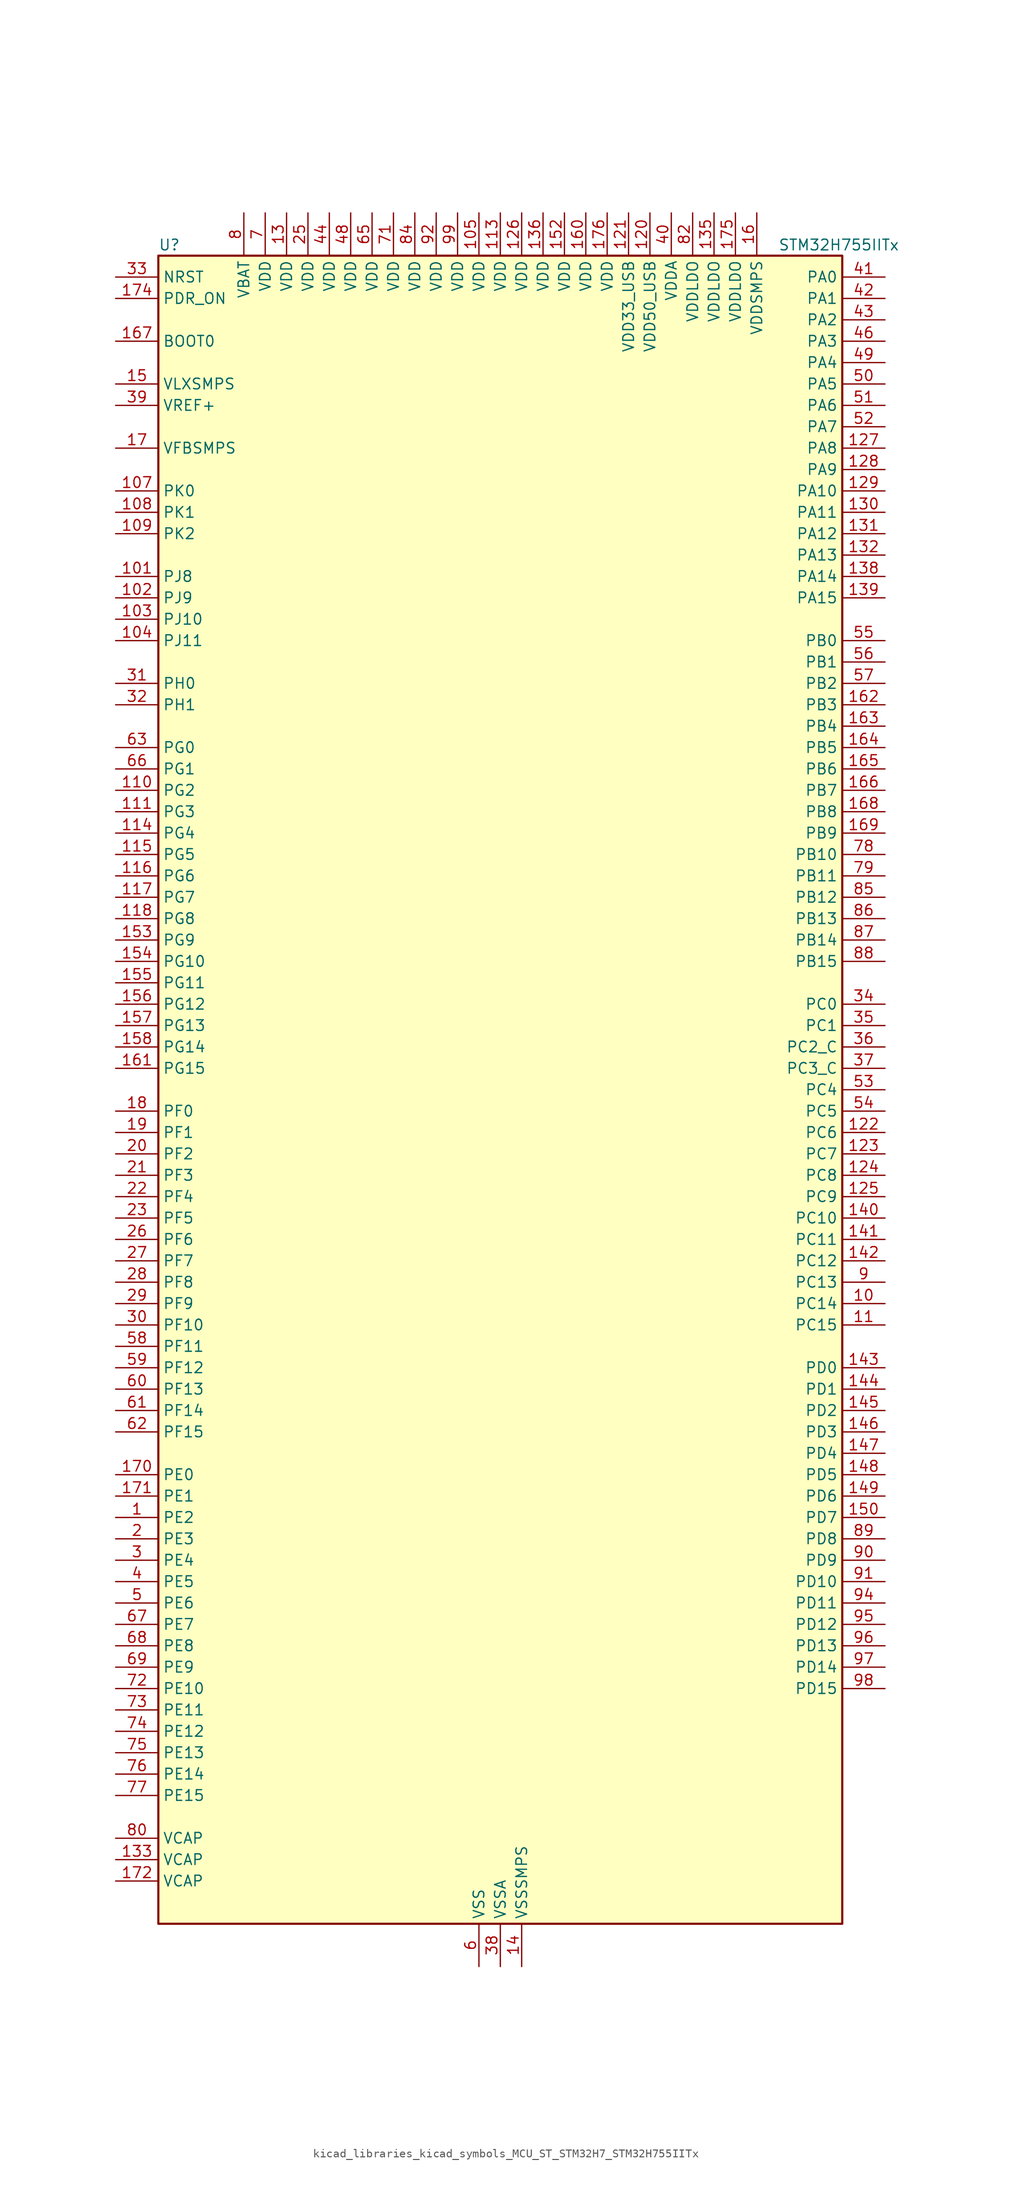
<source format=kicad_sym>
(kicad_symbol_lib
  (version 20220914)
  (generator kicad_symbol_editor)
  (symbol "kicad_libraries_kicad_symbols_MCU_ST_STM32H7_STM32H755IITx"
    (property "Reference" "U"
      (at -40.64 100.33 0)
      (effects (font (size 1.27 1.27)) (justify left)))
    (property "Value" "STM32H755IITx"
      (at 33.02 100.33 0)
      (effects (font (size 1.27 1.27)) (justify left)))
    (property "ki_locked" ""
      (at 0 0 0)
      (effects (font (size 1.27 1.27))))
    (symbol "kicad_libraries_kicad_symbols_MCU_ST_STM32H7_STM32H755IITx_0_1"
      (rectangle (start -40.64 -99.06) (end 40.64 99.06) (stroke (width 0.254) (type default)) (fill (type background))))
    (symbol "kicad_libraries_kicad_symbols_MCU_ST_STM32H7_STM32H755IITx_1_1"
      (pin bidirectional line (at -45.72 -50.8 0) (length 5.08) (name "PE2" (effects (font (size 1.27 1.27)))) (number "1" (effects (font (size 1.27 1.27)))) (alternate "DEBUG_TRACECLK" bidirectional line) (alternate "ETH_TXD3" bidirectional line) (alternate "FMC_A23" bidirectional line) (alternate "QUADSPI_BK1_IO2" bidirectional line) (alternate "SAI1_CK1" bidirectional line) (alternate "SAI1_MCLK_A" bidirectional line) (alternate "SAI4_CK1" bidirectional line) (alternate "SAI4_MCLK_A" bidirectional line) (alternate "SPI4_SCK" bidirectional line))
      (pin bidirectional line (at 45.72 -25.4 180) (length 5.08) (name "PC14" (effects (font (size 1.27 1.27)))) (number "10" (effects (font (size 1.27 1.27)))) (alternate "RCC_OSC32_IN" bidirectional line))
      (pin passive line (at -2.54 -104.14 90) (length 5.08) hide (name "VSS" (effects (font (size 1.27 1.27)))) (number "100" (effects (font (size 1.27 1.27)))))
      (pin bidirectional line (at -45.72 60.96 0) (length 5.08) (name "PJ8" (effects (font (size 1.27 1.27)))) (number "101" (effects (font (size 1.27 1.27)))) (alternate "LTDC_G1" bidirectional line) (alternate "TIM1_CH3N" bidirectional line) (alternate "TIM8_CH1" bidirectional line) (alternate "UART8_TX" bidirectional line))
      (pin bidirectional line (at -45.72 58.42 0) (length 5.08) (name "PJ9" (effects (font (size 1.27 1.27)))) (number "102" (effects (font (size 1.27 1.27)))) (alternate "DAC1_EXTI9" bidirectional line) (alternate "LTDC_G2" bidirectional line) (alternate "TIM1_CH3" bidirectional line) (alternate "TIM8_CH1N" bidirectional line) (alternate "UART8_RX" bidirectional line))
      (pin bidirectional line (at -45.72 55.88 0) (length 5.08) (name "PJ10" (effects (font (size 1.27 1.27)))) (number "103" (effects (font (size 1.27 1.27)))) (alternate "LTDC_G3" bidirectional line) (alternate "SPI5_MOSI" bidirectional line) (alternate "TIM1_CH2N" bidirectional line) (alternate "TIM8_CH2" bidirectional line))
      (pin bidirectional line (at -45.72 53.34 0) (length 5.08) (name "PJ11" (effects (font (size 1.27 1.27)))) (number "104" (effects (font (size 1.27 1.27)))) (alternate "ADC1_EXTI11" bidirectional line) (alternate "ADC2_EXTI11" bidirectional line) (alternate "ADC3_EXTI11" bidirectional line) (alternate "LTDC_G4" bidirectional line) (alternate "SPI5_MISO" bidirectional line) (alternate "TIM1_CH2" bidirectional line) (alternate "TIM8_CH2N" bidirectional line))
      (pin power_in line (at -2.54 104.14 270) (length 5.08) (name "VDD" (effects (font (size 1.27 1.27)))) (number "105" (effects (font (size 1.27 1.27)))))
      (pin passive line (at -2.54 -104.14 90) (length 5.08) hide (name "VSS" (effects (font (size 1.27 1.27)))) (number "106" (effects (font (size 1.27 1.27)))))
      (pin bidirectional line (at -45.72 71.12 0) (length 5.08) (name "PK0" (effects (font (size 1.27 1.27)))) (number "107" (effects (font (size 1.27 1.27)))) (alternate "LTDC_G5" bidirectional line) (alternate "SPI5_SCK" bidirectional line) (alternate "TIM1_CH1N" bidirectional line) (alternate "TIM8_CH3" bidirectional line))
      (pin bidirectional line (at -45.72 68.58 0) (length 5.08) (name "PK1" (effects (font (size 1.27 1.27)))) (number "108" (effects (font (size 1.27 1.27)))) (alternate "LTDC_G6" bidirectional line) (alternate "SPI5_NSS" bidirectional line) (alternate "TIM1_CH1" bidirectional line) (alternate "TIM8_CH3N" bidirectional line))
      (pin bidirectional line (at -45.72 66.04 0) (length 5.08) (name "PK2" (effects (font (size 1.27 1.27)))) (number "109" (effects (font (size 1.27 1.27)))) (alternate "LTDC_G7" bidirectional line) (alternate "TIM1_BKIN" bidirectional line) (alternate "TIM1_BKIN_COMP1" bidirectional line) (alternate "TIM1_BKIN_COMP2" bidirectional line) (alternate "TIM8_BKIN" bidirectional line) (alternate "TIM8_BKIN_COMP1" bidirectional line) (alternate "TIM8_BKIN_COMP2" bidirectional line))
      (pin bidirectional line (at 45.72 -27.94 180) (length 5.08) (name "PC15" (effects (font (size 1.27 1.27)))) (number "11" (effects (font (size 1.27 1.27)))) (alternate "ADC1_EXTI15" bidirectional line) (alternate "ADC2_EXTI15" bidirectional line) (alternate "ADC3_EXTI15" bidirectional line) (alternate "RCC_OSC32_OUT" bidirectional line))
      (pin bidirectional line (at -45.72 35.56 0) (length 5.08) (name "PG2" (effects (font (size 1.27 1.27)))) (number "110" (effects (font (size 1.27 1.27)))) (alternate "FMC_A12" bidirectional line) (alternate "TIM8_BKIN" bidirectional line) (alternate "TIM8_BKIN_COMP1" bidirectional line) (alternate "TIM8_BKIN_COMP2" bidirectional line))
      (pin bidirectional line (at -45.72 33.02 0) (length 5.08) (name "PG3" (effects (font (size 1.27 1.27)))) (number "111" (effects (font (size 1.27 1.27)))) (alternate "FMC_A13" bidirectional line) (alternate "TIM8_BKIN2" bidirectional line) (alternate "TIM8_BKIN2_COMP1" bidirectional line) (alternate "TIM8_BKIN2_COMP2" bidirectional line))
      (pin passive line (at -2.54 -104.14 90) (length 5.08) hide (name "VSS" (effects (font (size 1.27 1.27)))) (number "112" (effects (font (size 1.27 1.27)))))
      (pin power_in line (at 0 104.14 270) (length 5.08) (name "VDD" (effects (font (size 1.27 1.27)))) (number "113" (effects (font (size 1.27 1.27)))))
      (pin bidirectional line (at -45.72 30.48 0) (length 5.08) (name "PG4" (effects (font (size 1.27 1.27)))) (number "114" (effects (font (size 1.27 1.27)))) (alternate "FMC_A14" bidirectional line) (alternate "FMC_BA0" bidirectional line) (alternate "TIM1_BKIN2" bidirectional line) (alternate "TIM1_BKIN2_COMP1" bidirectional line) (alternate "TIM1_BKIN2_COMP2" bidirectional line))
      (pin bidirectional line (at -45.72 27.94 0) (length 5.08) (name "PG5" (effects (font (size 1.27 1.27)))) (number "115" (effects (font (size 1.27 1.27)))) (alternate "FMC_A15" bidirectional line) (alternate "FMC_BA1" bidirectional line) (alternate "TIM1_ETR" bidirectional line))
      (pin bidirectional line (at -45.72 25.4 0) (length 5.08) (name "PG6" (effects (font (size 1.27 1.27)))) (number "116" (effects (font (size 1.27 1.27)))) (alternate "DCMI_D12" bidirectional line) (alternate "FMC_NE3" bidirectional line) (alternate "HRTIM_CHE1" bidirectional line) (alternate "LTDC_R7" bidirectional line) (alternate "QUADSPI_BK1_NCS" bidirectional line) (alternate "TIM17_BKIN" bidirectional line))
      (pin bidirectional line (at -45.72 22.86 0) (length 5.08) (name "PG7" (effects (font (size 1.27 1.27)))) (number "117" (effects (font (size 1.27 1.27)))) (alternate "DCMI_D13" bidirectional line) (alternate "FMC_INT" bidirectional line) (alternate "HRTIM_CHE2" bidirectional line) (alternate "LTDC_CLK" bidirectional line) (alternate "SAI1_MCLK_A" bidirectional line) (alternate "USART6_CK" bidirectional line))
      (pin bidirectional line (at -45.72 20.32 0) (length 5.08) (name "PG8" (effects (font (size 1.27 1.27)))) (number "118" (effects (font (size 1.27 1.27)))) (alternate "ETH_PPS_OUT" bidirectional line) (alternate "FMC_SDCLK" bidirectional line) (alternate "LTDC_G7" bidirectional line) (alternate "SPDIFRX1_IN2" bidirectional line) (alternate "SPI6_NSS" bidirectional line) (alternate "TIM8_ETR" bidirectional line) (alternate "USART6_DE" bidirectional line) (alternate "USART6_RTS" bidirectional line))
      (pin passive line (at -2.54 -104.14 90) (length 5.08) hide (name "VSS" (effects (font (size 1.27 1.27)))) (number "119" (effects (font (size 1.27 1.27)))))
      (pin passive line (at -2.54 -104.14 90) (length 5.08) hide (name "VSS" (effects (font (size 1.27 1.27)))) (number "12" (effects (font (size 1.27 1.27)))))
      (pin power_in line (at 17.78 104.14 270) (length 5.08) (name "VDD50_USB" (effects (font (size 1.27 1.27)))) (number "120" (effects (font (size 1.27 1.27)))))
      (pin power_in line (at 15.24 104.14 270) (length 5.08) (name "VDD33_USB" (effects (font (size 1.27 1.27)))) (number "121" (effects (font (size 1.27 1.27)))))
      (pin bidirectional line (at 45.72 -5.08 180) (length 5.08) (name "PC6" (effects (font (size 1.27 1.27)))) (number "122" (effects (font (size 1.27 1.27)))) (alternate "DCMI_D0" bidirectional line) (alternate "DFSDM1_CKIN3" bidirectional line) (alternate "FMC_NWAIT" bidirectional line) (alternate "HRTIM_CHA1" bidirectional line) (alternate "I2S2_MCK" bidirectional line) (alternate "LTDC_HSYNC" bidirectional line) (alternate "SDMMC1_D0DIR" bidirectional line) (alternate "SDMMC1_D6" bidirectional line) (alternate "SDMMC2_D6" bidirectional line) (alternate "SWPMI1_IO" bidirectional line) (alternate "TIM3_CH1" bidirectional line) (alternate "TIM8_CH1" bidirectional line) (alternate "USART6_TX" bidirectional line))
      (pin bidirectional line (at 45.72 -7.62 180) (length 5.08) (name "PC7" (effects (font (size 1.27 1.27)))) (number "123" (effects (font (size 1.27 1.27)))) (alternate "DCMI_D1" bidirectional line) (alternate "DEBUG_TRGIO" bidirectional line) (alternate "DFSDM1_DATIN3" bidirectional line) (alternate "FMC_NE1" bidirectional line) (alternate "HRTIM_CHA2" bidirectional line) (alternate "I2S3_MCK" bidirectional line) (alternate "LTDC_G6" bidirectional line) (alternate "SDMMC1_D123DIR" bidirectional line) (alternate "SDMMC1_D7" bidirectional line) (alternate "SDMMC2_D7" bidirectional line) (alternate "SWPMI1_TX" bidirectional line) (alternate "TIM3_CH2" bidirectional line) (alternate "TIM8_CH2" bidirectional line) (alternate "USART6_RX" bidirectional line))
      (pin bidirectional line (at 45.72 -10.16 180) (length 5.08) (name "PC8" (effects (font (size 1.27 1.27)))) (number "124" (effects (font (size 1.27 1.27)))) (alternate "DCMI_D2" bidirectional line) (alternate "DEBUG_TRACED1" bidirectional line) (alternate "FMC_NCE" bidirectional line) (alternate "FMC_NE2" bidirectional line) (alternate "HRTIM_CHB1" bidirectional line) (alternate "SDMMC1_D0" bidirectional line) (alternate "SWPMI1_RX" bidirectional line) (alternate "TIM3_CH3" bidirectional line) (alternate "TIM8_CH3" bidirectional line) (alternate "UART5_DE" bidirectional line) (alternate "UART5_RTS" bidirectional line) (alternate "USART6_CK" bidirectional line))
      (pin bidirectional line (at 45.72 -12.7 180) (length 5.08) (name "PC9" (effects (font (size 1.27 1.27)))) (number "125" (effects (font (size 1.27 1.27)))) (alternate "DAC1_EXTI9" bidirectional line) (alternate "DCMI_D3" bidirectional line) (alternate "I2C3_SDA" bidirectional line) (alternate "I2S_CKIN" bidirectional line) (alternate "LTDC_B2" bidirectional line) (alternate "LTDC_G3" bidirectional line) (alternate "QUADSPI_BK1_IO0" bidirectional line) (alternate "RCC_MCO_2" bidirectional line) (alternate "SDMMC1_D1" bidirectional line) (alternate "SWPMI1_SUSPEND" bidirectional line) (alternate "TIM3_CH4" bidirectional line) (alternate "TIM8_CH4" bidirectional line) (alternate "UART5_CTS" bidirectional line))
      (pin power_in line (at 2.54 104.14 270) (length 5.08) (name "VDD" (effects (font (size 1.27 1.27)))) (number "126" (effects (font (size 1.27 1.27)))))
      (pin bidirectional line (at 45.72 76.2 180) (length 5.08) (name "PA8" (effects (font (size 1.27 1.27)))) (number "127" (effects (font (size 1.27 1.27)))) (alternate "HRTIM_CHB2" bidirectional line) (alternate "I2C3_SCL" bidirectional line) (alternate "LTDC_B3" bidirectional line) (alternate "LTDC_R6" bidirectional line) (alternate "RCC_MCO_1" bidirectional line) (alternate "TIM1_CH1" bidirectional line) (alternate "TIM8_BKIN2" bidirectional line) (alternate "TIM8_BKIN2_COMP1" bidirectional line) (alternate "TIM8_BKIN2_COMP2" bidirectional line) (alternate "UART7_RX" bidirectional line) (alternate "USART1_CK" bidirectional line) (alternate "USB_OTG_FS_SOF" bidirectional line))
      (pin bidirectional line (at 45.72 73.66 180) (length 5.08) (name "PA9" (effects (font (size 1.27 1.27)))) (number "128" (effects (font (size 1.27 1.27)))) (alternate "DAC1_EXTI9" bidirectional line) (alternate "DCMI_D0" bidirectional line) (alternate "HRTIM_CHC1" bidirectional line) (alternate "I2C3_SMBA" bidirectional line) (alternate "I2S2_CK" bidirectional line) (alternate "LPUART1_TX" bidirectional line) (alternate "LTDC_R5" bidirectional line) (alternate "SPI2_SCK" bidirectional line) (alternate "TIM1_CH2" bidirectional line) (alternate "USART1_TX" bidirectional line) (alternate "USB_OTG_FS_VBUS" bidirectional line))
      (pin bidirectional line (at 45.72 71.12 180) (length 5.08) (name "PA10" (effects (font (size 1.27 1.27)))) (number "129" (effects (font (size 1.27 1.27)))) (alternate "DCMI_D1" bidirectional line) (alternate "HRTIM_CHC2" bidirectional line) (alternate "LPUART1_RX" bidirectional line) (alternate "LTDC_B1" bidirectional line) (alternate "LTDC_B4" bidirectional line) (alternate "MDIOS_MDIO" bidirectional line) (alternate "TIM1_CH3" bidirectional line) (alternate "USART1_RX" bidirectional line) (alternate "USB_OTG_FS_ID" bidirectional line))
      (pin power_in line (at -25.4 104.14 270) (length 5.08) (name "VDD" (effects (font (size 1.27 1.27)))) (number "13" (effects (font (size 1.27 1.27)))))
      (pin bidirectional line (at 45.72 68.58 180) (length 5.08) (name "PA11" (effects (font (size 1.27 1.27)))) (number "130" (effects (font (size 1.27 1.27)))) (alternate "ADC1_EXTI11" bidirectional line) (alternate "ADC2_EXTI11" bidirectional line) (alternate "ADC3_EXTI11" bidirectional line) (alternate "FDCAN1_RX" bidirectional line) (alternate "HRTIM_CHD1" bidirectional line) (alternate "I2S2_WS" bidirectional line) (alternate "LPUART1_CTS" bidirectional line) (alternate "LTDC_R4" bidirectional line) (alternate "SPI2_NSS" bidirectional line) (alternate "TIM1_CH4" bidirectional line) (alternate "UART4_RX" bidirectional line) (alternate "USART1_CTS" bidirectional line) (alternate "USART1_NSS" bidirectional line) (alternate "USB_OTG_FS_DM" bidirectional line))
      (pin bidirectional line (at 45.72 66.04 180) (length 5.08) (name "PA12" (effects (font (size 1.27 1.27)))) (number "131" (effects (font (size 1.27 1.27)))) (alternate "FDCAN1_TX" bidirectional line) (alternate "HRTIM_CHD2" bidirectional line) (alternate "I2S2_CK" bidirectional line) (alternate "LPUART1_DE" bidirectional line) (alternate "LPUART1_RTS" bidirectional line) (alternate "LTDC_R5" bidirectional line) (alternate "SAI2_FS_B" bidirectional line) (alternate "SPI2_SCK" bidirectional line) (alternate "TIM1_ETR" bidirectional line) (alternate "UART4_TX" bidirectional line) (alternate "USART1_DE" bidirectional line) (alternate "USART1_RTS" bidirectional line) (alternate "USB_OTG_FS_DP" bidirectional line))
      (pin bidirectional line (at 45.72 63.5 180) (length 5.08) (name "PA13" (effects (font (size 1.27 1.27)))) (number "132" (effects (font (size 1.27 1.27)))) (alternate "DEBUG_JTMS-SWDIO" bidirectional line))
      (pin power_out line (at -45.72 -91.44 0) (length 5.08) (name "VCAP" (effects (font (size 1.27 1.27)))) (number "133" (effects (font (size 1.27 1.27)))))
      (pin passive line (at -2.54 -104.14 90) (length 5.08) hide (name "VSS" (effects (font (size 1.27 1.27)))) (number "134" (effects (font (size 1.27 1.27)))))
      (pin power_in line (at 25.4 104.14 270) (length 5.08) (name "VDDLDO" (effects (font (size 1.27 1.27)))) (number "135" (effects (font (size 1.27 1.27)))))
      (pin power_in line (at 5.08 104.14 270) (length 5.08) (name "VDD" (effects (font (size 1.27 1.27)))) (number "136" (effects (font (size 1.27 1.27)))))
      (pin passive line (at -2.54 -104.14 90) (length 5.08) hide (name "VSS" (effects (font (size 1.27 1.27)))) (number "137" (effects (font (size 1.27 1.27)))))
      (pin bidirectional line (at 45.72 60.96 180) (length 5.08) (name "PA14" (effects (font (size 1.27 1.27)))) (number "138" (effects (font (size 1.27 1.27)))) (alternate "DEBUG_JTCK-SWCLK" bidirectional line))
      (pin bidirectional line (at 45.72 58.42 180) (length 5.08) (name "PA15" (effects (font (size 1.27 1.27)))) (number "139" (effects (font (size 1.27 1.27)))) (alternate "ADC1_EXTI15" bidirectional line) (alternate "ADC2_EXTI15" bidirectional line) (alternate "ADC3_EXTI15" bidirectional line) (alternate "CEC" bidirectional line) (alternate "DEBUG_JTDI" bidirectional line) (alternate "HRTIM_FLT1" bidirectional line) (alternate "I2S1_WS" bidirectional line) (alternate "I2S3_WS" bidirectional line) (alternate "SPI1_NSS" bidirectional line) (alternate "SPI3_NSS" bidirectional line) (alternate "SPI6_NSS" bidirectional line) (alternate "TIM2_CH1" bidirectional line) (alternate "TIM2_ETR" bidirectional line) (alternate "UART4_DE" bidirectional line) (alternate "UART4_RTS" bidirectional line) (alternate "UART7_TX" bidirectional line))
      (pin power_in line (at 2.54 -104.14 90) (length 5.08) (name "VSSSMPS" (effects (font (size 1.27 1.27)))) (number "14" (effects (font (size 1.27 1.27)))))
      (pin bidirectional line (at 45.72 -15.24 180) (length 5.08) (name "PC10" (effects (font (size 1.27 1.27)))) (number "140" (effects (font (size 1.27 1.27)))) (alternate "DCMI_D8" bidirectional line) (alternate "DFSDM1_CKIN5" bidirectional line) (alternate "HRTIM_EEV1" bidirectional line) (alternate "I2S3_CK" bidirectional line) (alternate "LTDC_R2" bidirectional line) (alternate "QUADSPI_BK1_IO1" bidirectional line) (alternate "SDMMC1_D2" bidirectional line) (alternate "SPI3_SCK" bidirectional line) (alternate "UART4_TX" bidirectional line) (alternate "USART3_TX" bidirectional line))
      (pin bidirectional line (at 45.72 -17.78 180) (length 5.08) (name "PC11" (effects (font (size 1.27 1.27)))) (number "141" (effects (font (size 1.27 1.27)))) (alternate "ADC1_EXTI11" bidirectional line) (alternate "ADC2_EXTI11" bidirectional line) (alternate "ADC3_EXTI11" bidirectional line) (alternate "DCMI_D4" bidirectional line) (alternate "DFSDM1_DATIN5" bidirectional line) (alternate "HRTIM_FLT2" bidirectional line) (alternate "I2S3_SDI" bidirectional line) (alternate "QUADSPI_BK2_NCS" bidirectional line) (alternate "SDMMC1_D3" bidirectional line) (alternate "SPI3_MISO" bidirectional line) (alternate "UART4_RX" bidirectional line) (alternate "USART3_RX" bidirectional line))
      (pin bidirectional line (at 45.72 -20.32 180) (length 5.08) (name "PC12" (effects (font (size 1.27 1.27)))) (number "142" (effects (font (size 1.27 1.27)))) (alternate "DCMI_D9" bidirectional line) (alternate "DEBUG_TRACED3" bidirectional line) (alternate "HRTIM_EEV2" bidirectional line) (alternate "I2S3_SDO" bidirectional line) (alternate "SDMMC1_CK" bidirectional line) (alternate "SPI3_MOSI" bidirectional line) (alternate "UART5_TX" bidirectional line) (alternate "USART3_CK" bidirectional line))
      (pin bidirectional line (at 45.72 -33.02 180) (length 5.08) (name "PD0" (effects (font (size 1.27 1.27)))) (number "143" (effects (font (size 1.27 1.27)))) (alternate "DFSDM1_CKIN6" bidirectional line) (alternate "FDCAN1_RX" bidirectional line) (alternate "FMC_D2" bidirectional line) (alternate "FMC_DA2" bidirectional line) (alternate "SAI3_SCK_A" bidirectional line) (alternate "UART4_RX" bidirectional line))
      (pin bidirectional line (at 45.72 -35.56 180) (length 5.08) (name "PD1" (effects (font (size 1.27 1.27)))) (number "144" (effects (font (size 1.27 1.27)))) (alternate "DFSDM1_DATIN6" bidirectional line) (alternate "FDCAN1_TX" bidirectional line) (alternate "FMC_D3" bidirectional line) (alternate "FMC_DA3" bidirectional line) (alternate "SAI3_SD_A" bidirectional line) (alternate "UART4_TX" bidirectional line))
      (pin bidirectional line (at 45.72 -38.1 180) (length 5.08) (name "PD2" (effects (font (size 1.27 1.27)))) (number "145" (effects (font (size 1.27 1.27)))) (alternate "DCMI_D11" bidirectional line) (alternate "DEBUG_TRACED2" bidirectional line) (alternate "SDMMC1_CMD" bidirectional line) (alternate "TIM3_ETR" bidirectional line) (alternate "UART5_RX" bidirectional line))
      (pin bidirectional line (at 45.72 -40.64 180) (length 5.08) (name "PD3" (effects (font (size 1.27 1.27)))) (number "146" (effects (font (size 1.27 1.27)))) (alternate "DCMI_D5" bidirectional line) (alternate "DFSDM1_CKOUT" bidirectional line) (alternate "FMC_CLK" bidirectional line) (alternate "I2S2_CK" bidirectional line) (alternate "LTDC_G7" bidirectional line) (alternate "SPI2_SCK" bidirectional line) (alternate "USART2_CTS" bidirectional line) (alternate "USART2_NSS" bidirectional line))
      (pin bidirectional line (at 45.72 -43.18 180) (length 5.08) (name "PD4" (effects (font (size 1.27 1.27)))) (number "147" (effects (font (size 1.27 1.27)))) (alternate "FMC_NOE" bidirectional line) (alternate "HRTIM_FLT3" bidirectional line) (alternate "SAI3_FS_A" bidirectional line) (alternate "USART2_DE" bidirectional line) (alternate "USART2_RTS" bidirectional line))
      (pin bidirectional line (at 45.72 -45.72 180) (length 5.08) (name "PD5" (effects (font (size 1.27 1.27)))) (number "148" (effects (font (size 1.27 1.27)))) (alternate "FMC_NWE" bidirectional line) (alternate "HRTIM_EEV3" bidirectional line) (alternate "USART2_TX" bidirectional line))
      (pin bidirectional line (at 45.72 -48.26 180) (length 5.08) (name "PD6" (effects (font (size 1.27 1.27)))) (number "149" (effects (font (size 1.27 1.27)))) (alternate "DCMI_D10" bidirectional line) (alternate "DFSDM1_CKIN4" bidirectional line) (alternate "DFSDM1_DATIN1" bidirectional line) (alternate "FMC_NWAIT" bidirectional line) (alternate "I2S3_SDO" bidirectional line) (alternate "LTDC_B2" bidirectional line) (alternate "SAI1_D1" bidirectional line) (alternate "SAI1_SD_A" bidirectional line) (alternate "SAI4_D1" bidirectional line) (alternate "SAI4_SD_A" bidirectional line) (alternate "SDMMC2_CK" bidirectional line) (alternate "SPI3_MOSI" bidirectional line) (alternate "USART2_RX" bidirectional line))
      (pin power_in line (at -45.72 83.82 0) (length 5.08) (name "VLXSMPS" (effects (font (size 1.27 1.27)))) (number "15" (effects (font (size 1.27 1.27)))))
      (pin bidirectional line (at 45.72 -50.8 180) (length 5.08) (name "PD7" (effects (font (size 1.27 1.27)))) (number "150" (effects (font (size 1.27 1.27)))) (alternate "DFSDM1_CKIN1" bidirectional line) (alternate "DFSDM1_DATIN4" bidirectional line) (alternate "FMC_NE1" bidirectional line) (alternate "I2S1_SDO" bidirectional line) (alternate "SDMMC2_CMD" bidirectional line) (alternate "SPDIFRX1_IN0" bidirectional line) (alternate "SPI1_MOSI" bidirectional line) (alternate "USART2_CK" bidirectional line))
      (pin passive line (at -2.54 -104.14 90) (length 5.08) hide (name "VSS" (effects (font (size 1.27 1.27)))) (number "151" (effects (font (size 1.27 1.27)))))
      (pin power_in line (at 7.62 104.14 270) (length 5.08) (name "VDD" (effects (font (size 1.27 1.27)))) (number "152" (effects (font (size 1.27 1.27)))))
      (pin bidirectional line (at -45.72 17.78 0) (length 5.08) (name "PG9" (effects (font (size 1.27 1.27)))) (number "153" (effects (font (size 1.27 1.27)))) (alternate "DAC1_EXTI9" bidirectional line) (alternate "DCMI_VSYNC" bidirectional line) (alternate "FMC_NCE" bidirectional line) (alternate "FMC_NE2" bidirectional line) (alternate "I2S1_SDI" bidirectional line) (alternate "QUADSPI_BK2_IO2" bidirectional line) (alternate "SAI2_FS_B" bidirectional line) (alternate "SPDIFRX1_IN3" bidirectional line) (alternate "SPI1_MISO" bidirectional line) (alternate "USART6_RX" bidirectional line))
      (pin bidirectional line (at -45.72 15.24 0) (length 5.08) (name "PG10" (effects (font (size 1.27 1.27)))) (number "154" (effects (font (size 1.27 1.27)))) (alternate "DCMI_D2" bidirectional line) (alternate "FMC_NE3" bidirectional line) (alternate "HRTIM_FLT5" bidirectional line) (alternate "I2S1_WS" bidirectional line) (alternate "LTDC_B2" bidirectional line) (alternate "LTDC_G3" bidirectional line) (alternate "SAI2_SD_B" bidirectional line) (alternate "SPI1_NSS" bidirectional line))
      (pin bidirectional line (at -45.72 12.7 0) (length 5.08) (name "PG11" (effects (font (size 1.27 1.27)))) (number "155" (effects (font (size 1.27 1.27)))) (alternate "ADC1_EXTI11" bidirectional line) (alternate "ADC2_EXTI11" bidirectional line) (alternate "ADC3_EXTI11" bidirectional line) (alternate "DCMI_D3" bidirectional line) (alternate "ETH_TX_EN" bidirectional line) (alternate "HRTIM_EEV4" bidirectional line) (alternate "I2S1_CK" bidirectional line) (alternate "LPTIM1_IN2" bidirectional line) (alternate "LTDC_B3" bidirectional line) (alternate "SDMMC2_D2" bidirectional line) (alternate "SPDIFRX1_IN0" bidirectional line) (alternate "SPI1_SCK" bidirectional line))
      (pin bidirectional line (at -45.72 10.16 0) (length 5.08) (name "PG12" (effects (font (size 1.27 1.27)))) (number "156" (effects (font (size 1.27 1.27)))) (alternate "ETH_TXD1" bidirectional line) (alternate "FMC_NE4" bidirectional line) (alternate "HRTIM_EEV5" bidirectional line) (alternate "LPTIM1_IN1" bidirectional line) (alternate "LTDC_B1" bidirectional line) (alternate "LTDC_B4" bidirectional line) (alternate "SPDIFRX1_IN1" bidirectional line) (alternate "SPI6_MISO" bidirectional line) (alternate "USART6_DE" bidirectional line) (alternate "USART6_RTS" bidirectional line))
      (pin bidirectional line (at -45.72 7.62 0) (length 5.08) (name "PG13" (effects (font (size 1.27 1.27)))) (number "157" (effects (font (size 1.27 1.27)))) (alternate "DEBUG_TRACED0" bidirectional line) (alternate "ETH_TXD0" bidirectional line) (alternate "FMC_A24" bidirectional line) (alternate "HRTIM_EEV10" bidirectional line) (alternate "LPTIM1_OUT" bidirectional line) (alternate "LTDC_R0" bidirectional line) (alternate "SPI6_SCK" bidirectional line) (alternate "USART6_CTS" bidirectional line) (alternate "USART6_NSS" bidirectional line))
      (pin bidirectional line (at -45.72 5.08 0) (length 5.08) (name "PG14" (effects (font (size 1.27 1.27)))) (number "158" (effects (font (size 1.27 1.27)))) (alternate "DEBUG_TRACED1" bidirectional line) (alternate "ETH_TXD1" bidirectional line) (alternate "FMC_A25" bidirectional line) (alternate "LPTIM1_ETR" bidirectional line) (alternate "LTDC_B0" bidirectional line) (alternate "QUADSPI_BK2_IO3" bidirectional line) (alternate "SPI6_MOSI" bidirectional line) (alternate "USART6_TX" bidirectional line))
      (pin passive line (at -2.54 -104.14 90) (length 5.08) hide (name "VSS" (effects (font (size 1.27 1.27)))) (number "159" (effects (font (size 1.27 1.27)))))
      (pin power_in line (at 30.48 104.14 270) (length 5.08) (name "VDDSMPS" (effects (font (size 1.27 1.27)))) (number "16" (effects (font (size 1.27 1.27)))))
      (pin power_in line (at 10.16 104.14 270) (length 5.08) (name "VDD" (effects (font (size 1.27 1.27)))) (number "160" (effects (font (size 1.27 1.27)))))
      (pin bidirectional line (at -45.72 2.54 0) (length 5.08) (name "PG15" (effects (font (size 1.27 1.27)))) (number "161" (effects (font (size 1.27 1.27)))) (alternate "ADC1_EXTI15" bidirectional line) (alternate "ADC2_EXTI15" bidirectional line) (alternate "ADC3_EXTI15" bidirectional line) (alternate "DCMI_D13" bidirectional line) (alternate "FMC_SDNCAS" bidirectional line) (alternate "USART6_CTS" bidirectional line) (alternate "USART6_NSS" bidirectional line))
      (pin bidirectional line (at 45.72 45.72 180) (length 5.08) (name "PB3" (effects (font (size 1.27 1.27)))) (number "162" (effects (font (size 1.27 1.27)))) (alternate "CRS_SYNC" bidirectional line) (alternate "DEBUG_JTDO-SWO" bidirectional line) (alternate "HRTIM_FLT4" bidirectional line) (alternate "I2S1_CK" bidirectional line) (alternate "I2S3_CK" bidirectional line) (alternate "SDMMC2_D2" bidirectional line) (alternate "SPI1_SCK" bidirectional line) (alternate "SPI3_SCK" bidirectional line) (alternate "SPI6_SCK" bidirectional line) (alternate "TIM2_CH2" bidirectional line) (alternate "UART7_RX" bidirectional line))
      (pin bidirectional line (at 45.72 43.18 180) (length 5.08) (name "PB4" (effects (font (size 1.27 1.27)))) (number "163" (effects (font (size 1.27 1.27)))) (alternate "DEBUG_JTRST" bidirectional line) (alternate "HRTIM_EEV6" bidirectional line) (alternate "I2S1_SDI" bidirectional line) (alternate "I2S2_WS" bidirectional line) (alternate "I2S3_SDI" bidirectional line) (alternate "SDMMC2_D3" bidirectional line) (alternate "SPI1_MISO" bidirectional line) (alternate "SPI2_NSS" bidirectional line) (alternate "SPI3_MISO" bidirectional line) (alternate "SPI6_MISO" bidirectional line) (alternate "TIM16_BKIN" bidirectional line) (alternate "TIM3_CH1" bidirectional line) (alternate "UART7_TX" bidirectional line))
      (pin bidirectional line (at 45.72 40.64 180) (length 5.08) (name "PB5" (effects (font (size 1.27 1.27)))) (number "164" (effects (font (size 1.27 1.27)))) (alternate "DCMI_D10" bidirectional line) (alternate "ETH_PPS_OUT" bidirectional line) (alternate "FDCAN2_RX" bidirectional line) (alternate "FMC_SDCKE1" bidirectional line) (alternate "HRTIM_EEV7" bidirectional line) (alternate "I2C1_SMBA" bidirectional line) (alternate "I2C4_SMBA" bidirectional line) (alternate "I2S1_SDO" bidirectional line) (alternate "I2S3_SDO" bidirectional line) (alternate "SPI1_MOSI" bidirectional line) (alternate "SPI3_MOSI" bidirectional line) (alternate "SPI6_MOSI" bidirectional line) (alternate "TIM17_BKIN" bidirectional line) (alternate "TIM3_CH2" bidirectional line) (alternate "UART5_RX" bidirectional line) (alternate "USB_OTG_HS_ULPI_D7" bidirectional line))
      (pin bidirectional line (at 45.72 38.1 180) (length 5.08) (name "PB6" (effects (font (size 1.27 1.27)))) (number "165" (effects (font (size 1.27 1.27)))) (alternate "CEC" bidirectional line) (alternate "DCMI_D5" bidirectional line) (alternate "DFSDM1_DATIN5" bidirectional line) (alternate "FDCAN2_TX" bidirectional line) (alternate "FMC_SDNE1" bidirectional line) (alternate "HRTIM_EEV8" bidirectional line) (alternate "I2C1_SCL" bidirectional line) (alternate "I2C4_SCL" bidirectional line) (alternate "LPUART1_TX" bidirectional line) (alternate "QUADSPI_BK1_NCS" bidirectional line) (alternate "TIM16_CH1N" bidirectional line) (alternate "TIM4_CH1" bidirectional line) (alternate "UART5_TX" bidirectional line) (alternate "USART1_TX" bidirectional line))
      (pin bidirectional line (at 45.72 35.56 180) (length 5.08) (name "PB7" (effects (font (size 1.27 1.27)))) (number "166" (effects (font (size 1.27 1.27)))) (alternate "DCMI_VSYNC" bidirectional line) (alternate "DFSDM1_CKIN5" bidirectional line) (alternate "FMC_NL" bidirectional line) (alternate "HRTIM_EEV9" bidirectional line) (alternate "I2C1_SDA" bidirectional line) (alternate "I2C4_SDA" bidirectional line) (alternate "LPUART1_RX" bidirectional line) (alternate "PWR_PVD_IN" bidirectional line) (alternate "TIM17_CH1N" bidirectional line) (alternate "TIM4_CH2" bidirectional line) (alternate "USART1_RX" bidirectional line))
      (pin input line (at -45.72 88.9 0) (length 5.08) (name "BOOT0" (effects (font (size 1.27 1.27)))) (number "167" (effects (font (size 1.27 1.27)))))
      (pin bidirectional line (at 45.72 33.02 180) (length 5.08) (name "PB8" (effects (font (size 1.27 1.27)))) (number "168" (effects (font (size 1.27 1.27)))) (alternate "DCMI_D6" bidirectional line) (alternate "DFSDM1_CKIN7" bidirectional line) (alternate "ETH_TXD3" bidirectional line) (alternate "FDCAN1_RX" bidirectional line) (alternate "I2C1_SCL" bidirectional line) (alternate "I2C4_SCL" bidirectional line) (alternate "LTDC_B6" bidirectional line) (alternate "SDMMC1_CKIN" bidirectional line) (alternate "SDMMC1_D4" bidirectional line) (alternate "SDMMC2_D4" bidirectional line) (alternate "TIM16_CH1" bidirectional line) (alternate "TIM4_CH3" bidirectional line) (alternate "UART4_RX" bidirectional line))
      (pin bidirectional line (at 45.72 30.48 180) (length 5.08) (name "PB9" (effects (font (size 1.27 1.27)))) (number "169" (effects (font (size 1.27 1.27)))) (alternate "DAC1_EXTI9" bidirectional line) (alternate "DCMI_D7" bidirectional line) (alternate "DFSDM1_DATIN7" bidirectional line) (alternate "FDCAN1_TX" bidirectional line) (alternate "I2C1_SDA" bidirectional line) (alternate "I2C4_SDA" bidirectional line) (alternate "I2C4_SMBA" bidirectional line) (alternate "I2S2_WS" bidirectional line) (alternate "LTDC_B7" bidirectional line) (alternate "SDMMC1_CDIR" bidirectional line) (alternate "SDMMC1_D5" bidirectional line) (alternate "SDMMC2_D5" bidirectional line) (alternate "SPI2_NSS" bidirectional line) (alternate "TIM17_CH1" bidirectional line) (alternate "TIM4_CH4" bidirectional line) (alternate "UART4_TX" bidirectional line))
      (pin input line (at -45.72 76.2 0) (length 5.08) (name "VFBSMPS" (effects (font (size 1.27 1.27)))) (number "17" (effects (font (size 1.27 1.27)))))
      (pin bidirectional line (at -45.72 -45.72 0) (length 5.08) (name "PE0" (effects (font (size 1.27 1.27)))) (number "170" (effects (font (size 1.27 1.27)))) (alternate "DCMI_D2" bidirectional line) (alternate "FMC_NBL0" bidirectional line) (alternate "HRTIM_SCIN" bidirectional line) (alternate "LPTIM1_ETR" bidirectional line) (alternate "LPTIM2_ETR" bidirectional line) (alternate "SAI2_MCLK_A" bidirectional line) (alternate "TIM4_ETR" bidirectional line) (alternate "UART8_RX" bidirectional line))
      (pin bidirectional line (at -45.72 -48.26 0) (length 5.08) (name "PE1" (effects (font (size 1.27 1.27)))) (number "171" (effects (font (size 1.27 1.27)))) (alternate "DCMI_D3" bidirectional line) (alternate "FMC_NBL1" bidirectional line) (alternate "HRTIM_SCOUT" bidirectional line) (alternate "LPTIM1_IN2" bidirectional line) (alternate "UART8_TX" bidirectional line))
      (pin power_out line (at -45.72 -93.98 0) (length 5.08) (name "VCAP" (effects (font (size 1.27 1.27)))) (number "172" (effects (font (size 1.27 1.27)))))
      (pin passive line (at -2.54 -104.14 90) (length 5.08) hide (name "VSS" (effects (font (size 1.27 1.27)))) (number "173" (effects (font (size 1.27 1.27)))))
      (pin input line (at -45.72 93.98 0) (length 5.08) (name "PDR_ON" (effects (font (size 1.27 1.27)))) (number "174" (effects (font (size 1.27 1.27)))))
      (pin power_in line (at 27.94 104.14 270) (length 5.08) (name "VDDLDO" (effects (font (size 1.27 1.27)))) (number "175" (effects (font (size 1.27 1.27)))))
      (pin power_in line (at 12.7 104.14 270) (length 5.08) (name "VDD" (effects (font (size 1.27 1.27)))) (number "176" (effects (font (size 1.27 1.27)))))
      (pin bidirectional line (at -45.72 -2.54 0) (length 5.08) (name "PF0" (effects (font (size 1.27 1.27)))) (number "18" (effects (font (size 1.27 1.27)))) (alternate "FMC_A0" bidirectional line) (alternate "I2C2_SDA" bidirectional line))
      (pin bidirectional line (at -45.72 -5.08 0) (length 5.08) (name "PF1" (effects (font (size 1.27 1.27)))) (number "19" (effects (font (size 1.27 1.27)))) (alternate "FMC_A1" bidirectional line) (alternate "I2C2_SCL" bidirectional line))
      (pin bidirectional line (at -45.72 -53.34 0) (length 5.08) (name "PE3" (effects (font (size 1.27 1.27)))) (number "2" (effects (font (size 1.27 1.27)))) (alternate "DEBUG_TRACED0" bidirectional line) (alternate "FMC_A19" bidirectional line) (alternate "SAI1_SD_B" bidirectional line) (alternate "SAI4_SD_B" bidirectional line) (alternate "TIM15_BKIN" bidirectional line))
      (pin bidirectional line (at -45.72 -7.62 0) (length 5.08) (name "PF2" (effects (font (size 1.27 1.27)))) (number "20" (effects (font (size 1.27 1.27)))) (alternate "FMC_A2" bidirectional line) (alternate "I2C2_SMBA" bidirectional line))
      (pin bidirectional line (at -45.72 -10.16 0) (length 5.08) (name "PF3" (effects (font (size 1.27 1.27)))) (number "21" (effects (font (size 1.27 1.27)))) (alternate "ADC3_INP5" bidirectional line) (alternate "FMC_A3" bidirectional line))
      (pin bidirectional line (at -45.72 -12.7 0) (length 5.08) (name "PF4" (effects (font (size 1.27 1.27)))) (number "22" (effects (font (size 1.27 1.27)))) (alternate "ADC3_INN5" bidirectional line) (alternate "ADC3_INP9" bidirectional line) (alternate "FMC_A4" bidirectional line))
      (pin bidirectional line (at -45.72 -15.24 0) (length 5.08) (name "PF5" (effects (font (size 1.27 1.27)))) (number "23" (effects (font (size 1.27 1.27)))) (alternate "ADC3_INP4" bidirectional line) (alternate "FMC_A5" bidirectional line))
      (pin passive line (at -2.54 -104.14 90) (length 5.08) hide (name "VSS" (effects (font (size 1.27 1.27)))) (number "24" (effects (font (size 1.27 1.27)))))
      (pin power_in line (at -22.86 104.14 270) (length 5.08) (name "VDD" (effects (font (size 1.27 1.27)))) (number "25" (effects (font (size 1.27 1.27)))))
      (pin bidirectional line (at -45.72 -17.78 0) (length 5.08) (name "PF6" (effects (font (size 1.27 1.27)))) (number "26" (effects (font (size 1.27 1.27)))) (alternate "ADC3_INN4" bidirectional line) (alternate "ADC3_INP8" bidirectional line) (alternate "QUADSPI_BK1_IO3" bidirectional line) (alternate "SAI1_SD_B" bidirectional line) (alternate "SAI4_SD_B" bidirectional line) (alternate "SPI5_NSS" bidirectional line) (alternate "TIM16_CH1" bidirectional line) (alternate "UART7_RX" bidirectional line))
      (pin bidirectional line (at -45.72 -20.32 0) (length 5.08) (name "PF7" (effects (font (size 1.27 1.27)))) (number "27" (effects (font (size 1.27 1.27)))) (alternate "ADC3_INP3" bidirectional line) (alternate "QUADSPI_BK1_IO2" bidirectional line) (alternate "SAI1_MCLK_B" bidirectional line) (alternate "SAI4_MCLK_B" bidirectional line) (alternate "SPI5_SCK" bidirectional line) (alternate "TIM17_CH1" bidirectional line) (alternate "UART7_TX" bidirectional line))
      (pin bidirectional line (at -45.72 -22.86 0) (length 5.08) (name "PF8" (effects (font (size 1.27 1.27)))) (number "28" (effects (font (size 1.27 1.27)))) (alternate "ADC3_INN3" bidirectional line) (alternate "ADC3_INP7" bidirectional line) (alternate "QUADSPI_BK1_IO0" bidirectional line) (alternate "SAI1_SCK_B" bidirectional line) (alternate "SAI4_SCK_B" bidirectional line) (alternate "SPI5_MISO" bidirectional line) (alternate "TIM13_CH1" bidirectional line) (alternate "TIM16_CH1N" bidirectional line) (alternate "UART7_DE" bidirectional line) (alternate "UART7_RTS" bidirectional line))
      (pin bidirectional line (at -45.72 -25.4 0) (length 5.08) (name "PF9" (effects (font (size 1.27 1.27)))) (number "29" (effects (font (size 1.27 1.27)))) (alternate "ADC3_INP2" bidirectional line) (alternate "DAC1_EXTI9" bidirectional line) (alternate "QUADSPI_BK1_IO1" bidirectional line) (alternate "SAI1_FS_B" bidirectional line) (alternate "SAI4_FS_B" bidirectional line) (alternate "SPI5_MOSI" bidirectional line) (alternate "TIM14_CH1" bidirectional line) (alternate "TIM17_CH1N" bidirectional line) (alternate "UART7_CTS" bidirectional line))
      (pin bidirectional line (at -45.72 -55.88 0) (length 5.08) (name "PE4" (effects (font (size 1.27 1.27)))) (number "3" (effects (font (size 1.27 1.27)))) (alternate "DCMI_D4" bidirectional line) (alternate "DEBUG_TRACED1" bidirectional line) (alternate "DFSDM1_DATIN3" bidirectional line) (alternate "FMC_A20" bidirectional line) (alternate "LTDC_B0" bidirectional line) (alternate "SAI1_D2" bidirectional line) (alternate "SAI1_FS_A" bidirectional line) (alternate "SAI4_D2" bidirectional line) (alternate "SAI4_FS_A" bidirectional line) (alternate "SPI4_NSS" bidirectional line) (alternate "TIM15_CH1N" bidirectional line))
      (pin bidirectional line (at -45.72 -27.94 0) (length 5.08) (name "PF10" (effects (font (size 1.27 1.27)))) (number "30" (effects (font (size 1.27 1.27)))) (alternate "ADC3_INN2" bidirectional line) (alternate "ADC3_INP6" bidirectional line) (alternate "DCMI_D11" bidirectional line) (alternate "LTDC_DE" bidirectional line) (alternate "QUADSPI_CLK" bidirectional line) (alternate "SAI1_D3" bidirectional line) (alternate "SAI4_D3" bidirectional line) (alternate "TIM16_BKIN" bidirectional line))
      (pin bidirectional line (at -45.72 48.26 0) (length 5.08) (name "PH0" (effects (font (size 1.27 1.27)))) (number "31" (effects (font (size 1.27 1.27)))) (alternate "RCC_OSC_IN" bidirectional line))
      (pin bidirectional line (at -45.72 45.72 0) (length 5.08) (name "PH1" (effects (font (size 1.27 1.27)))) (number "32" (effects (font (size 1.27 1.27)))) (alternate "RCC_OSC_OUT" bidirectional line))
      (pin input line (at -45.72 96.52 0) (length 5.08) (name "NRST" (effects (font (size 1.27 1.27)))) (number "33" (effects (font (size 1.27 1.27)))))
      (pin bidirectional line (at 45.72 10.16 180) (length 5.08) (name "PC0" (effects (font (size 1.27 1.27)))) (number "34" (effects (font (size 1.27 1.27)))) (alternate "ADC1_INP10" bidirectional line) (alternate "ADC2_INP10" bidirectional line) (alternate "ADC3_INP10" bidirectional line) (alternate "DFSDM1_CKIN0" bidirectional line) (alternate "DFSDM1_DATIN4" bidirectional line) (alternate "FMC_SDNWE" bidirectional line) (alternate "LTDC_R5" bidirectional line) (alternate "SAI2_FS_B" bidirectional line) (alternate "USB_OTG_HS_ULPI_STP" bidirectional line))
      (pin bidirectional line (at 45.72 7.62 180) (length 5.08) (name "PC1" (effects (font (size 1.27 1.27)))) (number "35" (effects (font (size 1.27 1.27)))) (alternate "ADC1_INN10" bidirectional line) (alternate "ADC1_INP11" bidirectional line) (alternate "ADC2_INN10" bidirectional line) (alternate "ADC2_INP11" bidirectional line) (alternate "ADC3_INN10" bidirectional line) (alternate "ADC3_INP11" bidirectional line) (alternate "DEBUG_TRACED0" bidirectional line) (alternate "DFSDM1_CKIN4" bidirectional line) (alternate "DFSDM1_DATIN0" bidirectional line) (alternate "ETH_MDC" bidirectional line) (alternate "I2S2_SDO" bidirectional line) (alternate "MDIOS_MDC" bidirectional line) (alternate "PWR_WKUP5" bidirectional line) (alternate "RTC_TAMP3" bidirectional line) (alternate "SAI1_D1" bidirectional line) (alternate "SAI1_SD_A" bidirectional line) (alternate "SAI4_D1" bidirectional line) (alternate "SAI4_SD_A" bidirectional line) (alternate "SDMMC2_CK" bidirectional line) (alternate "SPI2_MOSI" bidirectional line))
      (pin bidirectional line (at 45.72 5.08 180) (length 5.08) (name "PC2_C" (effects (font (size 1.27 1.27)))) (number "36" (effects (font (size 1.27 1.27)))) (alternate "ADC3_INN1" bidirectional line) (alternate "ADC3_INP0" bidirectional line) (alternate "DFSDM1_CKIN1" bidirectional line) (alternate "DFSDM1_CKOUT" bidirectional line) (alternate "ETH_TXD2" bidirectional line) (alternate "FMC_SDNE0" bidirectional line) (alternate "I2S2_SDI" bidirectional line) (alternate "PWR_CSTOP" bidirectional line) (alternate "SPI2_MISO" bidirectional line) (alternate "USB_OTG_HS_ULPI_DIR" bidirectional line))
      (pin bidirectional line (at 45.72 2.54 180) (length 5.08) (name "PC3_C" (effects (font (size 1.27 1.27)))) (number "37" (effects (font (size 1.27 1.27)))) (alternate "ADC3_INP1" bidirectional line) (alternate "DFSDM1_DATIN1" bidirectional line) (alternate "ETH_TX_CLK" bidirectional line) (alternate "FMC_SDCKE0" bidirectional line) (alternate "I2S2_SDO" bidirectional line) (alternate "PWR_CSLEEP" bidirectional line) (alternate "SPI2_MOSI" bidirectional line) (alternate "USB_OTG_HS_ULPI_NXT" bidirectional line))
      (pin power_in line (at 0 -104.14 90) (length 5.08) (name "VSSA" (effects (font (size 1.27 1.27)))) (number "38" (effects (font (size 1.27 1.27)))))
      (pin input line (at -45.72 81.28 0) (length 5.08) (name "VREF+" (effects (font (size 1.27 1.27)))) (number "39" (effects (font (size 1.27 1.27)))) (alternate "VREFBUF_OUT" bidirectional line))
      (pin bidirectional line (at -45.72 -58.42 0) (length 5.08) (name "PE5" (effects (font (size 1.27 1.27)))) (number "4" (effects (font (size 1.27 1.27)))) (alternate "DCMI_D6" bidirectional line) (alternate "DEBUG_TRACED2" bidirectional line) (alternate "DFSDM1_CKIN3" bidirectional line) (alternate "FMC_A21" bidirectional line) (alternate "LTDC_G0" bidirectional line) (alternate "SAI1_CK2" bidirectional line) (alternate "SAI1_SCK_A" bidirectional line) (alternate "SAI4_CK2" bidirectional line) (alternate "SAI4_SCK_A" bidirectional line) (alternate "SPI4_MISO" bidirectional line) (alternate "TIM15_CH1" bidirectional line))
      (pin power_in line (at 20.32 104.14 270) (length 5.08) (name "VDDA" (effects (font (size 1.27 1.27)))) (number "40" (effects (font (size 1.27 1.27)))))
      (pin bidirectional line (at 45.72 96.52 180) (length 5.08) (name "PA0" (effects (font (size 1.27 1.27)))) (number "41" (effects (font (size 1.27 1.27)))) (alternate "ADC1_INP16" bidirectional line) (alternate "ETH_CRS" bidirectional line) (alternate "PWR_WKUP0" bidirectional line) (alternate "SAI2_SD_B" bidirectional line) (alternate "SDMMC2_CMD" bidirectional line) (alternate "TIM15_BKIN" bidirectional line) (alternate "TIM2_CH1" bidirectional line) (alternate "TIM2_ETR" bidirectional line) (alternate "TIM5_CH1" bidirectional line) (alternate "TIM8_ETR" bidirectional line) (alternate "UART4_TX" bidirectional line) (alternate "USART2_CTS" bidirectional line) (alternate "USART2_NSS" bidirectional line))
      (pin bidirectional line (at 45.72 93.98 180) (length 5.08) (name "PA1" (effects (font (size 1.27 1.27)))) (number "42" (effects (font (size 1.27 1.27)))) (alternate "ADC1_INN16" bidirectional line) (alternate "ADC1_INP17" bidirectional line) (alternate "ETH_REF_CLK" bidirectional line) (alternate "ETH_RX_CLK" bidirectional line) (alternate "LPTIM3_OUT" bidirectional line) (alternate "LTDC_R2" bidirectional line) (alternate "QUADSPI_BK1_IO3" bidirectional line) (alternate "SAI2_MCLK_B" bidirectional line) (alternate "TIM15_CH1N" bidirectional line) (alternate "TIM2_CH2" bidirectional line) (alternate "TIM5_CH2" bidirectional line) (alternate "UART4_RX" bidirectional line) (alternate "USART2_DE" bidirectional line) (alternate "USART2_RTS" bidirectional line))
      (pin bidirectional line (at 45.72 91.44 180) (length 5.08) (name "PA2" (effects (font (size 1.27 1.27)))) (number "43" (effects (font (size 1.27 1.27)))) (alternate "ADC1_INP14" bidirectional line) (alternate "ADC2_INP14" bidirectional line) (alternate "ETH_MDIO" bidirectional line) (alternate "LPTIM4_OUT" bidirectional line) (alternate "LTDC_R1" bidirectional line) (alternate "MDIOS_MDIO" bidirectional line) (alternate "PWR_WKUP1" bidirectional line) (alternate "SAI2_SCK_B" bidirectional line) (alternate "TIM15_CH1" bidirectional line) (alternate "TIM2_CH3" bidirectional line) (alternate "TIM5_CH3" bidirectional line) (alternate "USART2_TX" bidirectional line))
      (pin power_in line (at -20.32 104.14 270) (length 5.08) (name "VDD" (effects (font (size 1.27 1.27)))) (number "44" (effects (font (size 1.27 1.27)))))
      (pin passive line (at -2.54 -104.14 90) (length 5.08) hide (name "VSS" (effects (font (size 1.27 1.27)))) (number "45" (effects (font (size 1.27 1.27)))))
      (pin bidirectional line (at 45.72 88.9 180) (length 5.08) (name "PA3" (effects (font (size 1.27 1.27)))) (number "46" (effects (font (size 1.27 1.27)))) (alternate "ADC1_INP15" bidirectional line) (alternate "ADC2_INP15" bidirectional line) (alternate "ETH_COL" bidirectional line) (alternate "LPTIM5_OUT" bidirectional line) (alternate "LTDC_B2" bidirectional line) (alternate "LTDC_B5" bidirectional line) (alternate "TIM15_CH2" bidirectional line) (alternate "TIM2_CH4" bidirectional line) (alternate "TIM5_CH4" bidirectional line) (alternate "USART2_RX" bidirectional line) (alternate "USB_OTG_HS_ULPI_D0" bidirectional line))
      (pin passive line (at -2.54 -104.14 90) (length 5.08) hide (name "VSS" (effects (font (size 1.27 1.27)))) (number "47" (effects (font (size 1.27 1.27)))))
      (pin power_in line (at -17.78 104.14 270) (length 5.08) (name "VDD" (effects (font (size 1.27 1.27)))) (number "48" (effects (font (size 1.27 1.27)))))
      (pin bidirectional line (at 45.72 86.36 180) (length 5.08) (name "PA4" (effects (font (size 1.27 1.27)))) (number "49" (effects (font (size 1.27 1.27)))) (alternate "ADC1_INP18" bidirectional line) (alternate "ADC2_INP18" bidirectional line) (alternate "DAC1_OUT1" bidirectional line) (alternate "DCMI_HSYNC" bidirectional line) (alternate "I2S1_WS" bidirectional line) (alternate "I2S3_WS" bidirectional line) (alternate "LTDC_VSYNC" bidirectional line) (alternate "SPI1_NSS" bidirectional line) (alternate "SPI3_NSS" bidirectional line) (alternate "SPI6_NSS" bidirectional line) (alternate "TIM5_ETR" bidirectional line) (alternate "USART2_CK" bidirectional line) (alternate "USB_OTG_HS_SOF" bidirectional line))
      (pin bidirectional line (at -45.72 -60.96 0) (length 5.08) (name "PE6" (effects (font (size 1.27 1.27)))) (number "5" (effects (font (size 1.27 1.27)))) (alternate "DCMI_D7" bidirectional line) (alternate "DEBUG_TRACED3" bidirectional line) (alternate "FMC_A22" bidirectional line) (alternate "LTDC_G1" bidirectional line) (alternate "SAI1_D1" bidirectional line) (alternate "SAI1_SD_A" bidirectional line) (alternate "SAI2_MCLK_B" bidirectional line) (alternate "SAI4_D1" bidirectional line) (alternate "SAI4_SD_A" bidirectional line) (alternate "SPI4_MOSI" bidirectional line) (alternate "TIM15_CH2" bidirectional line) (alternate "TIM1_BKIN2" bidirectional line) (alternate "TIM1_BKIN2_COMP1" bidirectional line) (alternate "TIM1_BKIN2_COMP2" bidirectional line))
      (pin bidirectional line (at 45.72 83.82 180) (length 5.08) (name "PA5" (effects (font (size 1.27 1.27)))) (number "50" (effects (font (size 1.27 1.27)))) (alternate "ADC1_INN18" bidirectional line) (alternate "ADC1_INP19" bidirectional line) (alternate "ADC2_INN18" bidirectional line) (alternate "ADC2_INP19" bidirectional line) (alternate "DAC1_OUT2" bidirectional line) (alternate "I2S1_CK" bidirectional line) (alternate "LTDC_R4" bidirectional line) (alternate "PWR_NDSTOP2" bidirectional line) (alternate "SPI1_SCK" bidirectional line) (alternate "SPI6_SCK" bidirectional line) (alternate "TIM2_CH1" bidirectional line) (alternate "TIM2_ETR" bidirectional line) (alternate "TIM8_CH1N" bidirectional line) (alternate "USB_OTG_HS_ULPI_CK" bidirectional line))
      (pin bidirectional line (at 45.72 81.28 180) (length 5.08) (name "PA6" (effects (font (size 1.27 1.27)))) (number "51" (effects (font (size 1.27 1.27)))) (alternate "ADC1_INP3" bidirectional line) (alternate "ADC2_INP3" bidirectional line) (alternate "DCMI_PIXCLK" bidirectional line) (alternate "I2S1_SDI" bidirectional line) (alternate "LTDC_G2" bidirectional line) (alternate "MDIOS_MDC" bidirectional line) (alternate "SPI1_MISO" bidirectional line) (alternate "SPI6_MISO" bidirectional line) (alternate "TIM13_CH1" bidirectional line) (alternate "TIM1_BKIN" bidirectional line) (alternate "TIM1_BKIN_COMP1" bidirectional line) (alternate "TIM1_BKIN_COMP2" bidirectional line) (alternate "TIM3_CH1" bidirectional line) (alternate "TIM8_BKIN" bidirectional line) (alternate "TIM8_BKIN_COMP1" bidirectional line) (alternate "TIM8_BKIN_COMP2" bidirectional line))
      (pin bidirectional line (at 45.72 78.74 180) (length 5.08) (name "PA7" (effects (font (size 1.27 1.27)))) (number "52" (effects (font (size 1.27 1.27)))) (alternate "ADC1_INN3" bidirectional line) (alternate "ADC1_INP7" bidirectional line) (alternate "ADC2_INN3" bidirectional line) (alternate "ADC2_INP7" bidirectional line) (alternate "ETH_CRS_DV" bidirectional line) (alternate "ETH_RX_DV" bidirectional line) (alternate "FMC_SDNWE" bidirectional line) (alternate "I2S1_SDO" bidirectional line) (alternate "OPAMP1_VINM" bidirectional line) (alternate "OPAMP1_VINM1" bidirectional line) (alternate "SPI1_MOSI" bidirectional line) (alternate "SPI6_MOSI" bidirectional line) (alternate "TIM14_CH1" bidirectional line) (alternate "TIM1_CH1N" bidirectional line) (alternate "TIM3_CH2" bidirectional line) (alternate "TIM8_CH1N" bidirectional line))
      (pin bidirectional line (at 45.72 0 180) (length 5.08) (name "PC4" (effects (font (size 1.27 1.27)))) (number "53" (effects (font (size 1.27 1.27)))) (alternate "ADC1_INP4" bidirectional line) (alternate "ADC2_INP4" bidirectional line) (alternate "COMP1_INM" bidirectional line) (alternate "DFSDM1_CKIN2" bidirectional line) (alternate "ETH_RXD0" bidirectional line) (alternate "FMC_SDNE0" bidirectional line) (alternate "I2S1_MCK" bidirectional line) (alternate "OPAMP1_VOUT" bidirectional line) (alternate "SPDIFRX1_IN2" bidirectional line))
      (pin bidirectional line (at 45.72 -2.54 180) (length 5.08) (name "PC5" (effects (font (size 1.27 1.27)))) (number "54" (effects (font (size 1.27 1.27)))) (alternate "ADC1_INN4" bidirectional line) (alternate "ADC1_INP8" bidirectional line) (alternate "ADC2_INN4" bidirectional line) (alternate "ADC2_INP8" bidirectional line) (alternate "COMP1_OUT" bidirectional line) (alternate "DFSDM1_DATIN2" bidirectional line) (alternate "ETH_RXD1" bidirectional line) (alternate "FMC_SDCKE0" bidirectional line) (alternate "OPAMP1_VINM" bidirectional line) (alternate "OPAMP1_VINM0" bidirectional line) (alternate "SAI1_D3" bidirectional line) (alternate "SAI4_D3" bidirectional line) (alternate "SPDIFRX1_IN3" bidirectional line))
      (pin bidirectional line (at 45.72 53.34 180) (length 5.08) (name "PB0" (effects (font (size 1.27 1.27)))) (number "55" (effects (font (size 1.27 1.27)))) (alternate "ADC1_INN5" bidirectional line) (alternate "ADC1_INP9" bidirectional line) (alternate "ADC2_INN5" bidirectional line) (alternate "ADC2_INP9" bidirectional line) (alternate "COMP1_INP" bidirectional line) (alternate "DFSDM1_CKOUT" bidirectional line) (alternate "ETH_RXD2" bidirectional line) (alternate "LTDC_G1" bidirectional line) (alternate "LTDC_R3" bidirectional line) (alternate "OPAMP1_VINP" bidirectional line) (alternate "TIM1_CH2N" bidirectional line) (alternate "TIM3_CH3" bidirectional line) (alternate "TIM8_CH2N" bidirectional line) (alternate "UART4_CTS" bidirectional line) (alternate "USB_OTG_HS_ULPI_D1" bidirectional line))
      (pin bidirectional line (at 45.72 50.8 180) (length 5.08) (name "PB1" (effects (font (size 1.27 1.27)))) (number "56" (effects (font (size 1.27 1.27)))) (alternate "ADC1_INP5" bidirectional line) (alternate "ADC2_INP5" bidirectional line) (alternate "COMP1_INM" bidirectional line) (alternate "DFSDM1_DATIN1" bidirectional line) (alternate "ETH_RXD3" bidirectional line) (alternate "LTDC_G0" bidirectional line) (alternate "LTDC_R6" bidirectional line) (alternate "TIM1_CH3N" bidirectional line) (alternate "TIM3_CH4" bidirectional line) (alternate "TIM8_CH3N" bidirectional line) (alternate "USB_OTG_HS_ULPI_D2" bidirectional line))
      (pin bidirectional line (at 45.72 48.26 180) (length 5.08) (name "PB2" (effects (font (size 1.27 1.27)))) (number "57" (effects (font (size 1.27 1.27)))) (alternate "COMP1_INP" bidirectional line) (alternate "DFSDM1_CKIN1" bidirectional line) (alternate "I2S3_SDO" bidirectional line) (alternate "QUADSPI_CLK" bidirectional line) (alternate "RTC_OUT_ALARM" bidirectional line) (alternate "RTC_OUT_CALIB" bidirectional line) (alternate "SAI1_D1" bidirectional line) (alternate "SAI1_SD_A" bidirectional line) (alternate "SAI4_D1" bidirectional line) (alternate "SAI4_SD_A" bidirectional line) (alternate "SPI3_MOSI" bidirectional line))
      (pin bidirectional line (at -45.72 -30.48 0) (length 5.08) (name "PF11" (effects (font (size 1.27 1.27)))) (number "58" (effects (font (size 1.27 1.27)))) (alternate "ADC1_EXTI11" bidirectional line) (alternate "ADC1_INP2" bidirectional line) (alternate "ADC2_EXTI11" bidirectional line) (alternate "ADC3_EXTI11" bidirectional line) (alternate "DCMI_D12" bidirectional line) (alternate "FMC_SDNRAS" bidirectional line) (alternate "SAI2_SD_B" bidirectional line) (alternate "SPI5_MOSI" bidirectional line))
      (pin bidirectional line (at -45.72 -33.02 0) (length 5.08) (name "PF12" (effects (font (size 1.27 1.27)))) (number "59" (effects (font (size 1.27 1.27)))) (alternate "ADC1_INN2" bidirectional line) (alternate "ADC1_INP6" bidirectional line) (alternate "FMC_A6" bidirectional line))
      (pin power_in line (at -2.54 -104.14 90) (length 5.08) (name "VSS" (effects (font (size 1.27 1.27)))) (number "6" (effects (font (size 1.27 1.27)))))
      (pin bidirectional line (at -45.72 -35.56 0) (length 5.08) (name "PF13" (effects (font (size 1.27 1.27)))) (number "60" (effects (font (size 1.27 1.27)))) (alternate "ADC2_INP2" bidirectional line) (alternate "DFSDM1_DATIN6" bidirectional line) (alternate "FMC_A7" bidirectional line) (alternate "I2C4_SMBA" bidirectional line))
      (pin bidirectional line (at -45.72 -38.1 0) (length 5.08) (name "PF14" (effects (font (size 1.27 1.27)))) (number "61" (effects (font (size 1.27 1.27)))) (alternate "ADC2_INN2" bidirectional line) (alternate "ADC2_INP6" bidirectional line) (alternate "DFSDM1_CKIN6" bidirectional line) (alternate "FMC_A8" bidirectional line) (alternate "I2C4_SCL" bidirectional line))
      (pin bidirectional line (at -45.72 -40.64 0) (length 5.08) (name "PF15" (effects (font (size 1.27 1.27)))) (number "62" (effects (font (size 1.27 1.27)))) (alternate "ADC1_EXTI15" bidirectional line) (alternate "ADC2_EXTI15" bidirectional line) (alternate "ADC3_EXTI15" bidirectional line) (alternate "FMC_A9" bidirectional line) (alternate "I2C4_SDA" bidirectional line))
      (pin bidirectional line (at -45.72 40.64 0) (length 5.08) (name "PG0" (effects (font (size 1.27 1.27)))) (number "63" (effects (font (size 1.27 1.27)))) (alternate "FMC_A10" bidirectional line))
      (pin passive line (at -2.54 -104.14 90) (length 5.08) hide (name "VSS" (effects (font (size 1.27 1.27)))) (number "64" (effects (font (size 1.27 1.27)))))
      (pin power_in line (at -15.24 104.14 270) (length 5.08) (name "VDD" (effects (font (size 1.27 1.27)))) (number "65" (effects (font (size 1.27 1.27)))))
      (pin bidirectional line (at -45.72 38.1 0) (length 5.08) (name "PG1" (effects (font (size 1.27 1.27)))) (number "66" (effects (font (size 1.27 1.27)))) (alternate "FMC_A11" bidirectional line) (alternate "OPAMP2_VINM" bidirectional line) (alternate "OPAMP2_VINM1" bidirectional line))
      (pin bidirectional line (at -45.72 -63.5 0) (length 5.08) (name "PE7" (effects (font (size 1.27 1.27)))) (number "67" (effects (font (size 1.27 1.27)))) (alternate "COMP2_INM" bidirectional line) (alternate "DFSDM1_DATIN2" bidirectional line) (alternate "FMC_D4" bidirectional line) (alternate "FMC_DA4" bidirectional line) (alternate "OPAMP2_VOUT" bidirectional line) (alternate "QUADSPI_BK2_IO0" bidirectional line) (alternate "TIM1_ETR" bidirectional line) (alternate "UART7_RX" bidirectional line))
      (pin bidirectional line (at -45.72 -66.04 0) (length 5.08) (name "PE8" (effects (font (size 1.27 1.27)))) (number "68" (effects (font (size 1.27 1.27)))) (alternate "COMP2_OUT" bidirectional line) (alternate "DFSDM1_CKIN2" bidirectional line) (alternate "FMC_D5" bidirectional line) (alternate "FMC_DA5" bidirectional line) (alternate "OPAMP2_VINM" bidirectional line) (alternate "OPAMP2_VINM0" bidirectional line) (alternate "QUADSPI_BK2_IO1" bidirectional line) (alternate "TIM1_CH1N" bidirectional line) (alternate "UART7_TX" bidirectional line))
      (pin bidirectional line (at -45.72 -68.58 0) (length 5.08) (name "PE9" (effects (font (size 1.27 1.27)))) (number "69" (effects (font (size 1.27 1.27)))) (alternate "COMP2_INP" bidirectional line) (alternate "DAC1_EXTI9" bidirectional line) (alternate "DFSDM1_CKOUT" bidirectional line) (alternate "FMC_D6" bidirectional line) (alternate "FMC_DA6" bidirectional line) (alternate "OPAMP2_VINP" bidirectional line) (alternate "QUADSPI_BK2_IO2" bidirectional line) (alternate "TIM1_CH1" bidirectional line) (alternate "UART7_DE" bidirectional line) (alternate "UART7_RTS" bidirectional line))
      (pin power_in line (at -27.94 104.14 270) (length 5.08) (name "VDD" (effects (font (size 1.27 1.27)))) (number "7" (effects (font (size 1.27 1.27)))))
      (pin passive line (at -2.54 -104.14 90) (length 5.08) hide (name "VSS" (effects (font (size 1.27 1.27)))) (number "70" (effects (font (size 1.27 1.27)))))
      (pin power_in line (at -12.7 104.14 270) (length 5.08) (name "VDD" (effects (font (size 1.27 1.27)))) (number "71" (effects (font (size 1.27 1.27)))))
      (pin bidirectional line (at -45.72 -71.12 0) (length 5.08) (name "PE10" (effects (font (size 1.27 1.27)))) (number "72" (effects (font (size 1.27 1.27)))) (alternate "COMP2_INM" bidirectional line) (alternate "DFSDM1_DATIN4" bidirectional line) (alternate "FMC_D7" bidirectional line) (alternate "FMC_DA7" bidirectional line) (alternate "QUADSPI_BK2_IO3" bidirectional line) (alternate "TIM1_CH2N" bidirectional line) (alternate "UART7_CTS" bidirectional line))
      (pin bidirectional line (at -45.72 -73.66 0) (length 5.08) (name "PE11" (effects (font (size 1.27 1.27)))) (number "73" (effects (font (size 1.27 1.27)))) (alternate "ADC1_EXTI11" bidirectional line) (alternate "ADC2_EXTI11" bidirectional line) (alternate "ADC3_EXTI11" bidirectional line) (alternate "COMP2_INP" bidirectional line) (alternate "DFSDM1_CKIN4" bidirectional line) (alternate "FMC_D8" bidirectional line) (alternate "FMC_DA8" bidirectional line) (alternate "LTDC_G3" bidirectional line) (alternate "SAI2_SD_B" bidirectional line) (alternate "SPI4_NSS" bidirectional line) (alternate "TIM1_CH2" bidirectional line))
      (pin bidirectional line (at -45.72 -76.2 0) (length 5.08) (name "PE12" (effects (font (size 1.27 1.27)))) (number "74" (effects (font (size 1.27 1.27)))) (alternate "COMP1_OUT" bidirectional line) (alternate "DFSDM1_DATIN5" bidirectional line) (alternate "FMC_D9" bidirectional line) (alternate "FMC_DA9" bidirectional line) (alternate "LTDC_B4" bidirectional line) (alternate "SAI2_SCK_B" bidirectional line) (alternate "SPI4_SCK" bidirectional line) (alternate "TIM1_CH3N" bidirectional line))
      (pin bidirectional line (at -45.72 -78.74 0) (length 5.08) (name "PE13" (effects (font (size 1.27 1.27)))) (number "75" (effects (font (size 1.27 1.27)))) (alternate "COMP2_OUT" bidirectional line) (alternate "DFSDM1_CKIN5" bidirectional line) (alternate "FMC_D10" bidirectional line) (alternate "FMC_DA10" bidirectional line) (alternate "LTDC_DE" bidirectional line) (alternate "SAI2_FS_B" bidirectional line) (alternate "SPI4_MISO" bidirectional line) (alternate "TIM1_CH3" bidirectional line))
      (pin bidirectional line (at -45.72 -81.28 0) (length 5.08) (name "PE14" (effects (font (size 1.27 1.27)))) (number "76" (effects (font (size 1.27 1.27)))) (alternate "FMC_D11" bidirectional line) (alternate "FMC_DA11" bidirectional line) (alternate "LTDC_CLK" bidirectional line) (alternate "SAI2_MCLK_B" bidirectional line) (alternate "SPI4_MOSI" bidirectional line) (alternate "TIM1_CH4" bidirectional line))
      (pin bidirectional line (at -45.72 -83.82 0) (length 5.08) (name "PE15" (effects (font (size 1.27 1.27)))) (number "77" (effects (font (size 1.27 1.27)))) (alternate "ADC1_EXTI15" bidirectional line) (alternate "ADC2_EXTI15" bidirectional line) (alternate "ADC3_EXTI15" bidirectional line) (alternate "FMC_D12" bidirectional line) (alternate "FMC_DA12" bidirectional line) (alternate "LTDC_R7" bidirectional line) (alternate "TIM1_BKIN" bidirectional line) (alternate "TIM1_BKIN_COMP1" bidirectional line) (alternate "TIM1_BKIN_COMP2" bidirectional line))
      (pin bidirectional line (at 45.72 27.94 180) (length 5.08) (name "PB10" (effects (font (size 1.27 1.27)))) (number "78" (effects (font (size 1.27 1.27)))) (alternate "DFSDM1_DATIN7" bidirectional line) (alternate "ETH_RX_ER" bidirectional line) (alternate "HRTIM_SCOUT" bidirectional line) (alternate "I2C2_SCL" bidirectional line) (alternate "I2S2_CK" bidirectional line) (alternate "LPTIM2_IN1" bidirectional line) (alternate "LTDC_G4" bidirectional line) (alternate "QUADSPI_BK1_NCS" bidirectional line) (alternate "SPI2_SCK" bidirectional line) (alternate "TIM2_CH3" bidirectional line) (alternate "USART3_TX" bidirectional line) (alternate "USB_OTG_HS_ULPI_D3" bidirectional line))
      (pin bidirectional line (at 45.72 25.4 180) (length 5.08) (name "PB11" (effects (font (size 1.27 1.27)))) (number "79" (effects (font (size 1.27 1.27)))) (alternate "ADC1_EXTI11" bidirectional line) (alternate "ADC2_EXTI11" bidirectional line) (alternate "ADC3_EXTI11" bidirectional line) (alternate "DFSDM1_CKIN7" bidirectional line) (alternate "ETH_TX_EN" bidirectional line) (alternate "HRTIM_SCIN" bidirectional line) (alternate "I2C2_SDA" bidirectional line) (alternate "LPTIM2_ETR" bidirectional line) (alternate "LTDC_G5" bidirectional line) (alternate "TIM2_CH4" bidirectional line) (alternate "USART3_RX" bidirectional line) (alternate "USB_OTG_HS_ULPI_D4" bidirectional line))
      (pin power_in line (at -30.48 104.14 270) (length 5.08) (name "VBAT" (effects (font (size 1.27 1.27)))) (number "8" (effects (font (size 1.27 1.27)))))
      (pin power_out line (at -45.72 -88.9 0) (length 5.08) (name "VCAP" (effects (font (size 1.27 1.27)))) (number "80" (effects (font (size 1.27 1.27)))))
      (pin passive line (at -2.54 -104.14 90) (length 5.08) hide (name "VSS" (effects (font (size 1.27 1.27)))) (number "81" (effects (font (size 1.27 1.27)))))
      (pin power_in line (at 22.86 104.14 270) (length 5.08) (name "VDDLDO" (effects (font (size 1.27 1.27)))) (number "82" (effects (font (size 1.27 1.27)))))
      (pin passive line (at -2.54 -104.14 90) (length 5.08) hide (name "VSS" (effects (font (size 1.27 1.27)))) (number "83" (effects (font (size 1.27 1.27)))))
      (pin power_in line (at -10.16 104.14 270) (length 5.08) (name "VDD" (effects (font (size 1.27 1.27)))) (number "84" (effects (font (size 1.27 1.27)))))
      (pin bidirectional line (at 45.72 22.86 180) (length 5.08) (name "PB12" (effects (font (size 1.27 1.27)))) (number "85" (effects (font (size 1.27 1.27)))) (alternate "DFSDM1_DATIN1" bidirectional line) (alternate "ETH_TXD0" bidirectional line) (alternate "FDCAN2_RX" bidirectional line) (alternate "I2C2_SMBA" bidirectional line) (alternate "I2S2_WS" bidirectional line) (alternate "SPI2_NSS" bidirectional line) (alternate "TIM1_BKIN" bidirectional line) (alternate "TIM1_BKIN_COMP1" bidirectional line) (alternate "TIM1_BKIN_COMP2" bidirectional line) (alternate "UART5_RX" bidirectional line) (alternate "USART3_CK" bidirectional line) (alternate "USB_OTG_HS_ID" bidirectional line) (alternate "USB_OTG_HS_ULPI_D5" bidirectional line))
      (pin bidirectional line (at 45.72 20.32 180) (length 5.08) (name "PB13" (effects (font (size 1.27 1.27)))) (number "86" (effects (font (size 1.27 1.27)))) (alternate "DFSDM1_CKIN1" bidirectional line) (alternate "ETH_TXD1" bidirectional line) (alternate "FDCAN2_TX" bidirectional line) (alternate "I2S2_CK" bidirectional line) (alternate "LPTIM2_OUT" bidirectional line) (alternate "SPI2_SCK" bidirectional line) (alternate "TIM1_CH1N" bidirectional line) (alternate "UART5_TX" bidirectional line) (alternate "USART3_CTS" bidirectional line) (alternate "USART3_NSS" bidirectional line) (alternate "USB_OTG_HS_ULPI_D6" bidirectional line) (alternate "USB_OTG_HS_VBUS" bidirectional line))
      (pin bidirectional line (at 45.72 17.78 180) (length 5.08) (name "PB14" (effects (font (size 1.27 1.27)))) (number "87" (effects (font (size 1.27 1.27)))) (alternate "DFSDM1_DATIN2" bidirectional line) (alternate "I2S2_SDI" bidirectional line) (alternate "SDMMC2_D0" bidirectional line) (alternate "SPI2_MISO" bidirectional line) (alternate "TIM12_CH1" bidirectional line) (alternate "TIM1_CH2N" bidirectional line) (alternate "TIM8_CH2N" bidirectional line) (alternate "UART4_DE" bidirectional line) (alternate "UART4_RTS" bidirectional line) (alternate "USART1_TX" bidirectional line) (alternate "USART3_DE" bidirectional line) (alternate "USART3_RTS" bidirectional line) (alternate "USB_OTG_HS_DM" bidirectional line))
      (pin bidirectional line (at 45.72 15.24 180) (length 5.08) (name "PB15" (effects (font (size 1.27 1.27)))) (number "88" (effects (font (size 1.27 1.27)))) (alternate "ADC1_EXTI15" bidirectional line) (alternate "ADC2_EXTI15" bidirectional line) (alternate "ADC3_EXTI15" bidirectional line) (alternate "DFSDM1_CKIN2" bidirectional line) (alternate "I2S2_SDO" bidirectional line) (alternate "RTC_REFIN" bidirectional line) (alternate "SDMMC2_D1" bidirectional line) (alternate "SPI2_MOSI" bidirectional line) (alternate "TIM12_CH2" bidirectional line) (alternate "TIM1_CH3N" bidirectional line) (alternate "TIM8_CH3N" bidirectional line) (alternate "UART4_CTS" bidirectional line) (alternate "USART1_RX" bidirectional line) (alternate "USB_OTG_HS_DP" bidirectional line))
      (pin bidirectional line (at 45.72 -53.34 180) (length 5.08) (name "PD8" (effects (font (size 1.27 1.27)))) (number "89" (effects (font (size 1.27 1.27)))) (alternate "DFSDM1_CKIN3" bidirectional line) (alternate "FMC_D13" bidirectional line) (alternate "FMC_DA13" bidirectional line) (alternate "SAI3_SCK_B" bidirectional line) (alternate "SPDIFRX1_IN1" bidirectional line) (alternate "USART3_TX" bidirectional line))
      (pin bidirectional line (at 45.72 -22.86 180) (length 5.08) (name "PC13" (effects (font (size 1.27 1.27)))) (number "9" (effects (font (size 1.27 1.27)))) (alternate "PWR_WKUP2" bidirectional line) (alternate "RTC_OUT_ALARM" bidirectional line) (alternate "RTC_OUT_CALIB" bidirectional line) (alternate "RTC_TAMP1" bidirectional line) (alternate "RTC_TS" bidirectional line))
      (pin bidirectional line (at 45.72 -55.88 180) (length 5.08) (name "PD9" (effects (font (size 1.27 1.27)))) (number "90" (effects (font (size 1.27 1.27)))) (alternate "DAC1_EXTI9" bidirectional line) (alternate "DFSDM1_DATIN3" bidirectional line) (alternate "FMC_D14" bidirectional line) (alternate "FMC_DA14" bidirectional line) (alternate "SAI3_SD_B" bidirectional line) (alternate "USART3_RX" bidirectional line))
      (pin bidirectional line (at 45.72 -58.42 180) (length 5.08) (name "PD10" (effects (font (size 1.27 1.27)))) (number "91" (effects (font (size 1.27 1.27)))) (alternate "DFSDM1_CKOUT" bidirectional line) (alternate "FMC_D15" bidirectional line) (alternate "FMC_DA15" bidirectional line) (alternate "LTDC_B3" bidirectional line) (alternate "SAI3_FS_B" bidirectional line) (alternate "USART3_CK" bidirectional line))
      (pin power_in line (at -7.62 104.14 270) (length 5.08) (name "VDD" (effects (font (size 1.27 1.27)))) (number "92" (effects (font (size 1.27 1.27)))))
      (pin passive line (at -2.54 -104.14 90) (length 5.08) hide (name "VSS" (effects (font (size 1.27 1.27)))) (number "93" (effects (font (size 1.27 1.27)))))
      (pin bidirectional line (at 45.72 -60.96 180) (length 5.08) (name "PD11" (effects (font (size 1.27 1.27)))) (number "94" (effects (font (size 1.27 1.27)))) (alternate "ADC1_EXTI11" bidirectional line) (alternate "ADC2_EXTI11" bidirectional line) (alternate "ADC3_EXTI11" bidirectional line) (alternate "FMC_A16" bidirectional line) (alternate "FMC_CLE" bidirectional line) (alternate "I2C4_SMBA" bidirectional line) (alternate "LPTIM2_IN2" bidirectional line) (alternate "QUADSPI_BK1_IO0" bidirectional line) (alternate "SAI2_SD_A" bidirectional line) (alternate "USART3_CTS" bidirectional line) (alternate "USART3_NSS" bidirectional line))
      (pin bidirectional line (at 45.72 -63.5 180) (length 5.08) (name "PD12" (effects (font (size 1.27 1.27)))) (number "95" (effects (font (size 1.27 1.27)))) (alternate "FMC_A17" bidirectional line) (alternate "FMC_ALE" bidirectional line) (alternate "I2C4_SCL" bidirectional line) (alternate "LPTIM1_IN1" bidirectional line) (alternate "LPTIM2_IN1" bidirectional line) (alternate "QUADSPI_BK1_IO1" bidirectional line) (alternate "SAI2_FS_A" bidirectional line) (alternate "TIM4_CH1" bidirectional line) (alternate "USART3_DE" bidirectional line) (alternate "USART3_RTS" bidirectional line))
      (pin bidirectional line (at 45.72 -66.04 180) (length 5.08) (name "PD13" (effects (font (size 1.27 1.27)))) (number "96" (effects (font (size 1.27 1.27)))) (alternate "FMC_A18" bidirectional line) (alternate "I2C4_SDA" bidirectional line) (alternate "LPTIM1_OUT" bidirectional line) (alternate "QUADSPI_BK1_IO3" bidirectional line) (alternate "SAI2_SCK_A" bidirectional line) (alternate "TIM4_CH2" bidirectional line))
      (pin bidirectional line (at 45.72 -68.58 180) (length 5.08) (name "PD14" (effects (font (size 1.27 1.27)))) (number "97" (effects (font (size 1.27 1.27)))) (alternate "FMC_D0" bidirectional line) (alternate "FMC_DA0" bidirectional line) (alternate "SAI3_MCLK_B" bidirectional line) (alternate "TIM4_CH3" bidirectional line) (alternate "UART8_CTS" bidirectional line))
      (pin bidirectional line (at 45.72 -71.12 180) (length 5.08) (name "PD15" (effects (font (size 1.27 1.27)))) (number "98" (effects (font (size 1.27 1.27)))) (alternate "ADC1_EXTI15" bidirectional line) (alternate "ADC2_EXTI15" bidirectional line) (alternate "ADC3_EXTI15" bidirectional line) (alternate "FMC_D1" bidirectional line) (alternate "FMC_DA1" bidirectional line) (alternate "SAI3_MCLK_A" bidirectional line) (alternate "TIM4_CH4" bidirectional line) (alternate "UART8_DE" bidirectional line) (alternate "UART8_RTS" bidirectional line))
      (pin power_in line (at -5.08 104.14 270) (length 5.08) (name "VDD" (effects (font (size 1.27 1.27)))) (number "99" (effects (font (size 1.27 1.27))))))))
</source>
